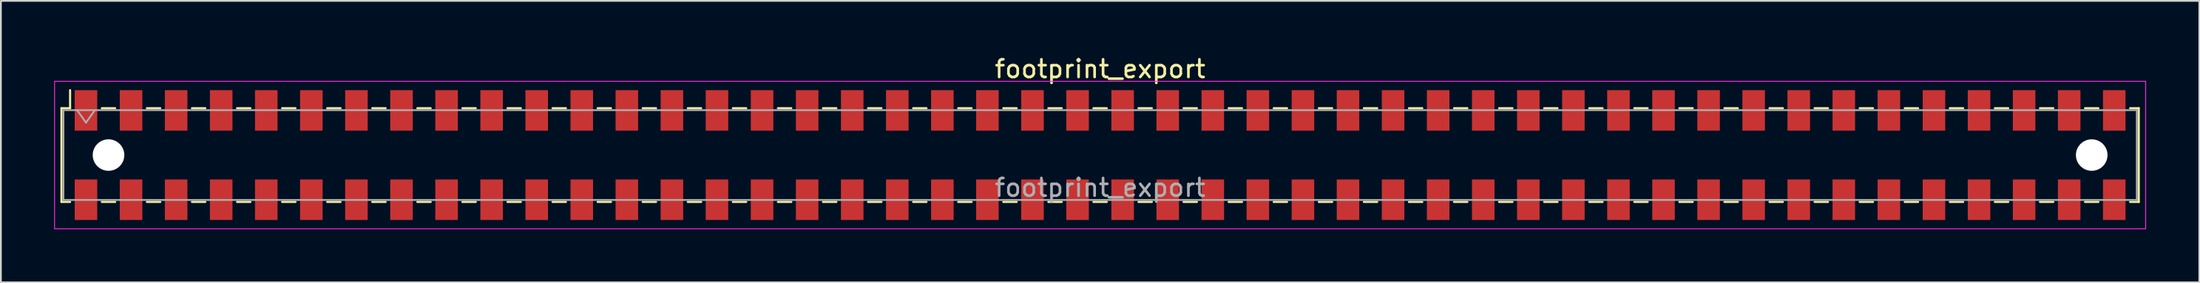
<source format=kicad_pcb>
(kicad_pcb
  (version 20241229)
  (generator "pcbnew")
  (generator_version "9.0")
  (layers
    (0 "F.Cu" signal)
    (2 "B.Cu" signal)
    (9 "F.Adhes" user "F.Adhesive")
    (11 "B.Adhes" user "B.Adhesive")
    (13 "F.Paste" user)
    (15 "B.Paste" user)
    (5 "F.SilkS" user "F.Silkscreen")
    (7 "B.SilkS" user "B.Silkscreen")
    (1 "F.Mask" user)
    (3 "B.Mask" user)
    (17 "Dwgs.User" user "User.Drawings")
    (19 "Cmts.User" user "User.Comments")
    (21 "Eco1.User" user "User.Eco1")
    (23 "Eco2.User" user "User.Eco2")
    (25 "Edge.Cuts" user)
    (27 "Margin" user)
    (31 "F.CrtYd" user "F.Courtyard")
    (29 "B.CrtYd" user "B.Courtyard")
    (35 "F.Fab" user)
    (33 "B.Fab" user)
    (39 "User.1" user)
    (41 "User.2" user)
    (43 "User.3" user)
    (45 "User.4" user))
  (footprint "footprint_export"
    (layer "F.Cu")
    (at 58.945 5.718)
    (property "Reference" "footprint_export" (at 0 -4.87 0) (layer "F.SilkS") (effects (font (size 1 1) (thickness 0.15))))
    (attr smd)
    (fp_line (start -58.53 -2.65) (end -58.53 2.65) (stroke (width 0.12) (type solid)) (layer "F.SilkS"))
    (fp_line (start -58.53 2.65) (end -58.045 2.65) (stroke (width 0.12) (type solid)) (layer "F.SilkS"))
    (fp_line (start -58.045 -3.67) (end -58.045 -2.65) (stroke (width 0.12) (type solid)) (layer "F.SilkS"))
    (fp_line (start -58.045 -2.65) (end -58.53 -2.65) (stroke (width 0.12) (type solid)) (layer "F.SilkS"))
    (fp_line (start -56.255 -2.65) (end -55.505 -2.65) (stroke (width 0.12) (type solid)) (layer "F.SilkS"))
    (fp_line (start -56.255 2.65) (end -55.505 2.65) (stroke (width 0.12) (type solid)) (layer "F.SilkS"))
    (fp_line (start -53.715 -2.65) (end -52.965 -2.65) (stroke (width 0.12) (type solid)) (layer "F.SilkS"))
    (fp_line (start -53.715 2.65) (end -52.965 2.65) (stroke (width 0.12) (type solid)) (layer "F.SilkS"))
    (fp_line (start -51.175 -2.65) (end -50.425 -2.65) (stroke (width 0.12) (type solid)) (layer "F.SilkS"))
    (fp_line (start -51.175 2.65) (end -50.425 2.65) (stroke (width 0.12) (type solid)) (layer "F.SilkS"))
    (fp_line (start -48.635 -2.65) (end -47.885 -2.65) (stroke (width 0.12) (type solid)) (layer "F.SilkS"))
    (fp_line (start -48.635 2.65) (end -47.885 2.65) (stroke (width 0.12) (type solid)) (layer "F.SilkS"))
    (fp_line (start -46.095 -2.65) (end -45.345 -2.65) (stroke (width 0.12) (type solid)) (layer "F.SilkS"))
    (fp_line (start -46.095 2.65) (end -45.345 2.65) (stroke (width 0.12) (type solid)) (layer "F.SilkS"))
    (fp_line (start -43.555 -2.65) (end -42.805 -2.65) (stroke (width 0.12) (type solid)) (layer "F.SilkS"))
    (fp_line (start -43.555 2.65) (end -42.805 2.65) (stroke (width 0.12) (type solid)) (layer "F.SilkS"))
    (fp_line (start -41.015 -2.65) (end -40.265 -2.65) (stroke (width 0.12) (type solid)) (layer "F.SilkS"))
    (fp_line (start -41.015 2.65) (end -40.265 2.65) (stroke (width 0.12) (type solid)) (layer "F.SilkS"))
    (fp_line (start -38.475 -2.65) (end -37.725 -2.65) (stroke (width 0.12) (type solid)) (layer "F.SilkS"))
    (fp_line (start -38.475 2.65) (end -37.725 2.65) (stroke (width 0.12) (type solid)) (layer "F.SilkS"))
    (fp_line (start -35.935 -2.65) (end -35.185 -2.65) (stroke (width 0.12) (type solid)) (layer "F.SilkS"))
    (fp_line (start -35.935 2.65) (end -35.185 2.65) (stroke (width 0.12) (type solid)) (layer "F.SilkS"))
    (fp_line (start -33.395 -2.65) (end -32.645 -2.65) (stroke (width 0.12) (type solid)) (layer "F.SilkS"))
    (fp_line (start -33.395 2.65) (end -32.645 2.65) (stroke (width 0.12) (type solid)) (layer "F.SilkS"))
    (fp_line (start -30.855 -2.65) (end -30.105 -2.65) (stroke (width 0.12) (type solid)) (layer "F.SilkS"))
    (fp_line (start -30.855 2.65) (end -30.105 2.65) (stroke (width 0.12) (type solid)) (layer "F.SilkS"))
    (fp_line (start -28.315 -2.65) (end -27.565 -2.65) (stroke (width 0.12) (type solid)) (layer "F.SilkS"))
    (fp_line (start -28.315 2.65) (end -27.565 2.65) (stroke (width 0.12) (type solid)) (layer "F.SilkS"))
    (fp_line (start -25.775 -2.65) (end -25.025 -2.65) (stroke (width 0.12) (type solid)) (layer "F.SilkS"))
    (fp_line (start -25.775 2.65) (end -25.025 2.65) (stroke (width 0.12) (type solid)) (layer "F.SilkS"))
    (fp_line (start -23.235 -2.65) (end -22.485 -2.65) (stroke (width 0.12) (type solid)) (layer "F.SilkS"))
    (fp_line (start -23.235 2.65) (end -22.485 2.65) (stroke (width 0.12) (type solid)) (layer "F.SilkS"))
    (fp_line (start -20.695 -2.65) (end -19.945 -2.65) (stroke (width 0.12) (type solid)) (layer "F.SilkS"))
    (fp_line (start -20.695 2.65) (end -19.945 2.65) (stroke (width 0.12) (type solid)) (layer "F.SilkS"))
    (fp_line (start -18.155 -2.65) (end -17.405 -2.65) (stroke (width 0.12) (type solid)) (layer "F.SilkS"))
    (fp_line (start -18.155 2.65) (end -17.405 2.65) (stroke (width 0.12) (type solid)) (layer "F.SilkS"))
    (fp_line (start -15.615 -2.65) (end -14.865 -2.65) (stroke (width 0.12) (type solid)) (layer "F.SilkS"))
    (fp_line (start -15.615 2.65) (end -14.865 2.65) (stroke (width 0.12) (type solid)) (layer "F.SilkS"))
    (fp_line (start -13.075 -2.65) (end -12.325 -2.65) (stroke (width 0.12) (type solid)) (layer "F.SilkS"))
    (fp_line (start -13.075 2.65) (end -12.325 2.65) (stroke (width 0.12) (type solid)) (layer "F.SilkS"))
    (fp_line (start -10.535 -2.65) (end -9.785 -2.65) (stroke (width 0.12) (type solid)) (layer "F.SilkS"))
    (fp_line (start -10.535 2.65) (end -9.785 2.65) (stroke (width 0.12) (type solid)) (layer "F.SilkS"))
    (fp_line (start -7.995 -2.65) (end -7.245 -2.65) (stroke (width 0.12) (type solid)) (layer "F.SilkS"))
    (fp_line (start -7.995 2.65) (end -7.245 2.65) (stroke (width 0.12) (type solid)) (layer "F.SilkS"))
    (fp_line (start -5.455 -2.65) (end -4.705 -2.65) (stroke (width 0.12) (type solid)) (layer "F.SilkS"))
    (fp_line (start -5.455 2.65) (end -4.705 2.65) (stroke (width 0.12) (type solid)) (layer "F.SilkS"))
    (fp_line (start -2.915 -2.65) (end -2.165 -2.65) (stroke (width 0.12) (type solid)) (layer "F.SilkS"))
    (fp_line (start -2.915 2.65) (end -2.165 2.65) (stroke (width 0.12) (type solid)) (layer "F.SilkS"))
    (fp_line (start -0.375 -2.65) (end 0.375 -2.65) (stroke (width 0.12) (type solid)) (layer "F.SilkS"))
    (fp_line (start -0.375 2.65) (end 0.375 2.65) (stroke (width 0.12) (type solid)) (layer "F.SilkS"))
    (fp_line (start 2.165 -2.65) (end 2.915 -2.65) (stroke (width 0.12) (type solid)) (layer "F.SilkS"))
    (fp_line (start 2.165 2.65) (end 2.915 2.65) (stroke (width 0.12) (type solid)) (layer "F.SilkS"))
    (fp_line (start 4.705 -2.65) (end 5.455 -2.65) (stroke (width 0.12) (type solid)) (layer "F.SilkS"))
    (fp_line (start 4.705 2.65) (end 5.455 2.65) (stroke (width 0.12) (type solid)) (layer "F.SilkS"))
    (fp_line (start 7.245 -2.65) (end 7.995 -2.65) (stroke (width 0.12) (type solid)) (layer "F.SilkS"))
    (fp_line (start 7.245 2.65) (end 7.995 2.65) (stroke (width 0.12) (type solid)) (layer "F.SilkS"))
    (fp_line (start 9.785 -2.65) (end 10.535 -2.65) (stroke (width 0.12) (type solid)) (layer "F.SilkS"))
    (fp_line (start 9.785 2.65) (end 10.535 2.65) (stroke (width 0.12) (type solid)) (layer "F.SilkS"))
    (fp_line (start 12.325 -2.65) (end 13.075 -2.65) (stroke (width 0.12) (type solid)) (layer "F.SilkS"))
    (fp_line (start 12.325 2.65) (end 13.075 2.65) (stroke (width 0.12) (type solid)) (layer "F.SilkS"))
    (fp_line (start 14.865 -2.65) (end 15.615 -2.65) (stroke (width 0.12) (type solid)) (layer "F.SilkS"))
    (fp_line (start 14.865 2.65) (end 15.615 2.65) (stroke (width 0.12) (type solid)) (layer "F.SilkS"))
    (fp_line (start 17.405 -2.65) (end 18.155 -2.65) (stroke (width 0.12) (type solid)) (layer "F.SilkS"))
    (fp_line (start 17.405 2.65) (end 18.155 2.65) (stroke (width 0.12) (type solid)) (layer "F.SilkS"))
    (fp_line (start 19.945 -2.65) (end 20.695 -2.65) (stroke (width 0.12) (type solid)) (layer "F.SilkS"))
    (fp_line (start 19.945 2.65) (end 20.695 2.65) (stroke (width 0.12) (type solid)) (layer "F.SilkS"))
    (fp_line (start 22.485 -2.65) (end 23.235 -2.65) (stroke (width 0.12) (type solid)) (layer "F.SilkS"))
    (fp_line (start 22.485 2.65) (end 23.235 2.65) (stroke (width 0.12) (type solid)) (layer "F.SilkS"))
    (fp_line (start 25.025 -2.65) (end 25.775 -2.65) (stroke (width 0.12) (type solid)) (layer "F.SilkS"))
    (fp_line (start 25.025 2.65) (end 25.775 2.65) (stroke (width 0.12) (type solid)) (layer "F.SilkS"))
    (fp_line (start 27.565 -2.65) (end 28.315 -2.65) (stroke (width 0.12) (type solid)) (layer "F.SilkS"))
    (fp_line (start 27.565 2.65) (end 28.315 2.65) (stroke (width 0.12) (type solid)) (layer "F.SilkS"))
    (fp_line (start 30.105 -2.65) (end 30.855 -2.65) (stroke (width 0.12) (type solid)) (layer "F.SilkS"))
    (fp_line (start 30.105 2.65) (end 30.855 2.65) (stroke (width 0.12) (type solid)) (layer "F.SilkS"))
    (fp_line (start 32.645 -2.65) (end 33.395 -2.65) (stroke (width 0.12) (type solid)) (layer "F.SilkS"))
    (fp_line (start 32.645 2.65) (end 33.395 2.65) (stroke (width 0.12) (type solid)) (layer "F.SilkS"))
    (fp_line (start 35.185 -2.65) (end 35.935 -2.65) (stroke (width 0.12) (type solid)) (layer "F.SilkS"))
    (fp_line (start 35.185 2.65) (end 35.935 2.65) (stroke (width 0.12) (type solid)) (layer "F.SilkS"))
    (fp_line (start 37.725 -2.65) (end 38.475 -2.65) (stroke (width 0.12) (type solid)) (layer "F.SilkS"))
    (fp_line (start 37.725 2.65) (end 38.475 2.65) (stroke (width 0.12) (type solid)) (layer "F.SilkS"))
    (fp_line (start 40.265 -2.65) (end 41.015 -2.65) (stroke (width 0.12) (type solid)) (layer "F.SilkS"))
    (fp_line (start 40.265 2.65) (end 41.015 2.65) (stroke (width 0.12) (type solid)) (layer "F.SilkS"))
    (fp_line (start 42.805 -2.65) (end 43.555 -2.65) (stroke (width 0.12) (type solid)) (layer "F.SilkS"))
    (fp_line (start 42.805 2.65) (end 43.555 2.65) (stroke (width 0.12) (type solid)) (layer "F.SilkS"))
    (fp_line (start 45.345 -2.65) (end 46.095 -2.65) (stroke (width 0.12) (type solid)) (layer "F.SilkS"))
    (fp_line (start 45.345 2.65) (end 46.095 2.65) (stroke (width 0.12) (type solid)) (layer "F.SilkS"))
    (fp_line (start 47.885 -2.65) (end 48.635 -2.65) (stroke (width 0.12) (type solid)) (layer "F.SilkS"))
    (fp_line (start 47.885 2.65) (end 48.635 2.65) (stroke (width 0.12) (type solid)) (layer "F.SilkS"))
    (fp_line (start 50.425 -2.65) (end 51.175 -2.65) (stroke (width 0.12) (type solid)) (layer "F.SilkS"))
    (fp_line (start 50.425 2.65) (end 51.175 2.65) (stroke (width 0.12) (type solid)) (layer "F.SilkS"))
    (fp_line (start 52.965 -2.65) (end 53.715 -2.65) (stroke (width 0.12) (type solid)) (layer "F.SilkS"))
    (fp_line (start 52.965 2.65) (end 53.715 2.65) (stroke (width 0.12) (type solid)) (layer "F.SilkS"))
    (fp_line (start 55.505 -2.65) (end 56.255 -2.65) (stroke (width 0.12) (type solid)) (layer "F.SilkS"))
    (fp_line (start 55.505 2.65) (end 56.255 2.65) (stroke (width 0.12) (type solid)) (layer "F.SilkS"))
    (fp_line (start 58.045 -2.65) (end 58.53 -2.65) (stroke (width 0.12) (type solid)) (layer "F.SilkS"))
    (fp_line (start 58.53 -2.65) (end 58.53 2.65) (stroke (width 0.12) (type solid)) (layer "F.SilkS"))
    (fp_line (start 58.53 2.65) (end 58.045 2.65) (stroke (width 0.12) (type solid)) (layer "F.SilkS"))
    (fp_line (start -58.92 -4.17) (end 58.92 -4.17) (stroke (width 0.05) (type solid)) (layer "F.CrtYd"))
    (fp_line (start -58.92 4.17) (end -58.92 -4.17) (stroke (width 0.05) (type solid)) (layer "F.CrtYd"))
    (fp_line (start 58.92 -4.17) (end 58.92 4.17) (stroke (width 0.05) (type solid)) (layer "F.CrtYd"))
    (fp_line (start 58.92 4.17) (end -58.92 4.17) (stroke (width 0.05) (type solid)) (layer "F.CrtYd"))
    (fp_line (start -58.42 -2.54) (end 58.42 -2.54) (stroke (width 0.1) (type solid)) (layer "F.Fab"))
    (fp_line (start -58.42 2.54) (end -58.42 -2.54) (stroke (width 0.1) (type solid)) (layer "F.Fab"))
    (fp_line (start -57.65 -2.54) (end -57.15 -1.833) (stroke (width 0.1) (type solid)) (layer "F.Fab"))
    (fp_line (start -57.15 -1.833) (end -56.65 -2.54) (stroke (width 0.1) (type solid)) (layer "F.Fab"))
    (fp_line (start 58.42 -2.54) (end 58.42 2.54) (stroke (width 0.1) (type solid)) (layer "F.Fab"))
    (fp_line (start 58.42 2.54) (end -58.42 2.54) (stroke (width 0.1) (type solid)) (layer "F.Fab"))
    (fp_text user "${REFERENCE}" (at 0 1.84 0) (layer "F.Fab") (effects (font (size 1 1) (thickness 0.15))))
    (pad "" np_thru_hole circle (at -55.88 0) (size 1.78 1.78) (drill 1.78) (layers "*.Cu" "*.Mask"))
    (pad "" np_thru_hole circle (at 55.88 0) (size 1.78 1.78) (drill 1.78) (layers "*.Cu" "*.Mask"))
    (pad "1" smd rect (at -57.15 -2.525) (size 1.27 2.29) (layers "F.Cu" "F.Mask" "F.Paste"))
    (pad "2" smd rect (at -57.15 2.525) (size 1.27 2.29) (layers "F.Cu" "F.Mask" "F.Paste"))
    (pad "3" smd rect (at -54.61 -2.525) (size 1.27 2.29) (layers "F.Cu" "F.Mask" "F.Paste"))
    (pad "4" smd rect (at -54.61 2.525) (size 1.27 2.29) (layers "F.Cu" "F.Mask" "F.Paste"))
    (pad "5" smd rect (at -52.07 -2.525) (size 1.27 2.29) (layers "F.Cu" "F.Mask" "F.Paste"))
    (pad "6" smd rect (at -52.07 2.525) (size 1.27 2.29) (layers "F.Cu" "F.Mask" "F.Paste"))
    (pad "7" smd rect (at -49.53 -2.525) (size 1.27 2.29) (layers "F.Cu" "F.Mask" "F.Paste"))
    (pad "8" smd rect (at -49.53 2.525) (size 1.27 2.29) (layers "F.Cu" "F.Mask" "F.Paste"))
    (pad "9" smd rect (at -46.99 -2.525) (size 1.27 2.29) (layers "F.Cu" "F.Mask" "F.Paste"))
    (pad "10" smd rect (at -46.99 2.525) (size 1.27 2.29) (layers "F.Cu" "F.Mask" "F.Paste"))
    (pad "11" smd rect (at -44.45 -2.525) (size 1.27 2.29) (layers "F.Cu" "F.Mask" "F.Paste"))
    (pad "12" smd rect (at -44.45 2.525) (size 1.27 2.29) (layers "F.Cu" "F.Mask" "F.Paste"))
    (pad "13" smd rect (at -41.91 -2.525) (size 1.27 2.29) (layers "F.Cu" "F.Mask" "F.Paste"))
    (pad "14" smd rect (at -41.91 2.525) (size 1.27 2.29) (layers "F.Cu" "F.Mask" "F.Paste"))
    (pad "15" smd rect (at -39.37 -2.525) (size 1.27 2.29) (layers "F.Cu" "F.Mask" "F.Paste"))
    (pad "16" smd rect (at -39.37 2.525) (size 1.27 2.29) (layers "F.Cu" "F.Mask" "F.Paste"))
    (pad "17" smd rect (at -36.83 -2.525) (size 1.27 2.29) (layers "F.Cu" "F.Mask" "F.Paste"))
    (pad "18" smd rect (at -36.83 2.525) (size 1.27 2.29) (layers "F.Cu" "F.Mask" "F.Paste"))
    (pad "19" smd rect (at -34.29 -2.525) (size 1.27 2.29) (layers "F.Cu" "F.Mask" "F.Paste"))
    (pad "20" smd rect (at -34.29 2.525) (size 1.27 2.29) (layers "F.Cu" "F.Mask" "F.Paste"))
    (pad "21" smd rect (at -31.75 -2.525) (size 1.27 2.29) (layers "F.Cu" "F.Mask" "F.Paste"))
    (pad "22" smd rect (at -31.75 2.525) (size 1.27 2.29) (layers "F.Cu" "F.Mask" "F.Paste"))
    (pad "23" smd rect (at -29.21 -2.525) (size 1.27 2.29) (layers "F.Cu" "F.Mask" "F.Paste"))
    (pad "24" smd rect (at -29.21 2.525) (size 1.27 2.29) (layers "F.Cu" "F.Mask" "F.Paste"))
    (pad "25" smd rect (at -26.67 -2.525) (size 1.27 2.29) (layers "F.Cu" "F.Mask" "F.Paste"))
    (pad "26" smd rect (at -26.67 2.525) (size 1.27 2.29) (layers "F.Cu" "F.Mask" "F.Paste"))
    (pad "27" smd rect (at -24.13 -2.525) (size 1.27 2.29) (layers "F.Cu" "F.Mask" "F.Paste"))
    (pad "28" smd rect (at -24.13 2.525) (size 1.27 2.29) (layers "F.Cu" "F.Mask" "F.Paste"))
    (pad "29" smd rect (at -21.59 -2.525) (size 1.27 2.29) (layers "F.Cu" "F.Mask" "F.Paste"))
    (pad "30" smd rect (at -21.59 2.525) (size 1.27 2.29) (layers "F.Cu" "F.Mask" "F.Paste"))
    (pad "31" smd rect (at -19.05 -2.525) (size 1.27 2.29) (layers "F.Cu" "F.Mask" "F.Paste"))
    (pad "32" smd rect (at -19.05 2.525) (size 1.27 2.29) (layers "F.Cu" "F.Mask" "F.Paste"))
    (pad "33" smd rect (at -16.51 -2.525) (size 1.27 2.29) (layers "F.Cu" "F.Mask" "F.Paste"))
    (pad "34" smd rect (at -16.51 2.525) (size 1.27 2.29) (layers "F.Cu" "F.Mask" "F.Paste"))
    (pad "35" smd rect (at -13.97 -2.525) (size 1.27 2.29) (layers "F.Cu" "F.Mask" "F.Paste"))
    (pad "36" smd rect (at -13.97 2.525) (size 1.27 2.29) (layers "F.Cu" "F.Mask" "F.Paste"))
    (pad "37" smd rect (at -11.43 -2.525) (size 1.27 2.29) (layers "F.Cu" "F.Mask" "F.Paste"))
    (pad "38" smd rect (at -11.43 2.525) (size 1.27 2.29) (layers "F.Cu" "F.Mask" "F.Paste"))
    (pad "39" smd rect (at -8.89 -2.525) (size 1.27 2.29) (layers "F.Cu" "F.Mask" "F.Paste"))
    (pad "40" smd rect (at -8.89 2.525) (size 1.27 2.29) (layers "F.Cu" "F.Mask" "F.Paste"))
    (pad "41" smd rect (at -6.35 -2.525) (size 1.27 2.29) (layers "F.Cu" "F.Mask" "F.Paste"))
    (pad "42" smd rect (at -6.35 2.525) (size 1.27 2.29) (layers "F.Cu" "F.Mask" "F.Paste"))
    (pad "43" smd rect (at -3.81 -2.525) (size 1.27 2.29) (layers "F.Cu" "F.Mask" "F.Paste"))
    (pad "44" smd rect (at -3.81 2.525) (size 1.27 2.29) (layers "F.Cu" "F.Mask" "F.Paste"))
    (pad "45" smd rect (at -1.27 -2.525) (size 1.27 2.29) (layers "F.Cu" "F.Mask" "F.Paste"))
    (pad "46" smd rect (at -1.27 2.525) (size 1.27 2.29) (layers "F.Cu" "F.Mask" "F.Paste"))
    (pad "47" smd rect (at 1.27 -2.525) (size 1.27 2.29) (layers "F.Cu" "F.Mask" "F.Paste"))
    (pad "48" smd rect (at 1.27 2.525) (size 1.27 2.29) (layers "F.Cu" "F.Mask" "F.Paste"))
    (pad "49" smd rect (at 3.81 -2.525) (size 1.27 2.29) (layers "F.Cu" "F.Mask" "F.Paste"))
    (pad "50" smd rect (at 3.81 2.525) (size 1.27 2.29) (layers "F.Cu" "F.Mask" "F.Paste"))
    (pad "51" smd rect (at 6.35 -2.525) (size 1.27 2.29) (layers "F.Cu" "F.Mask" "F.Paste"))
    (pad "52" smd rect (at 6.35 2.525) (size 1.27 2.29) (layers "F.Cu" "F.Mask" "F.Paste"))
    (pad "53" smd rect (at 8.89 -2.525) (size 1.27 2.29) (layers "F.Cu" "F.Mask" "F.Paste"))
    (pad "54" smd rect (at 8.89 2.525) (size 1.27 2.29) (layers "F.Cu" "F.Mask" "F.Paste"))
    (pad "55" smd rect (at 11.43 -2.525) (size 1.27 2.29) (layers "F.Cu" "F.Mask" "F.Paste"))
    (pad "56" smd rect (at 11.43 2.525) (size 1.27 2.29) (layers "F.Cu" "F.Mask" "F.Paste"))
    (pad "57" smd rect (at 13.97 -2.525) (size 1.27 2.29) (layers "F.Cu" "F.Mask" "F.Paste"))
    (pad "58" smd rect (at 13.97 2.525) (size 1.27 2.29) (layers "F.Cu" "F.Mask" "F.Paste"))
    (pad "59" smd rect (at 16.51 -2.525) (size 1.27 2.29) (layers "F.Cu" "F.Mask" "F.Paste"))
    (pad "60" smd rect (at 16.51 2.525) (size 1.27 2.29) (layers "F.Cu" "F.Mask" "F.Paste"))
    (pad "61" smd rect (at 19.05 -2.525) (size 1.27 2.29) (layers "F.Cu" "F.Mask" "F.Paste"))
    (pad "62" smd rect (at 19.05 2.525) (size 1.27 2.29) (layers "F.Cu" "F.Mask" "F.Paste"))
    (pad "63" smd rect (at 21.59 -2.525) (size 1.27 2.29) (layers "F.Cu" "F.Mask" "F.Paste"))
    (pad "64" smd rect (at 21.59 2.525) (size 1.27 2.29) (layers "F.Cu" "F.Mask" "F.Paste"))
    (pad "65" smd rect (at 24.13 -2.525) (size 1.27 2.29) (layers "F.Cu" "F.Mask" "F.Paste"))
    (pad "66" smd rect (at 24.13 2.525) (size 1.27 2.29) (layers "F.Cu" "F.Mask" "F.Paste"))
    (pad "67" smd rect (at 26.67 -2.525) (size 1.27 2.29) (layers "F.Cu" "F.Mask" "F.Paste"))
    (pad "68" smd rect (at 26.67 2.525) (size 1.27 2.29) (layers "F.Cu" "F.Mask" "F.Paste"))
    (pad "69" smd rect (at 29.21 -2.525) (size 1.27 2.29) (layers "F.Cu" "F.Mask" "F.Paste"))
    (pad "70" smd rect (at 29.21 2.525) (size 1.27 2.29) (layers "F.Cu" "F.Mask" "F.Paste"))
    (pad "71" smd rect (at 31.75 -2.525) (size 1.27 2.29) (layers "F.Cu" "F.Mask" "F.Paste"))
    (pad "72" smd rect (at 31.75 2.525) (size 1.27 2.29) (layers "F.Cu" "F.Mask" "F.Paste"))
    (pad "73" smd rect (at 34.29 -2.525) (size 1.27 2.29) (layers "F.Cu" "F.Mask" "F.Paste"))
    (pad "74" smd rect (at 34.29 2.525) (size 1.27 2.29) (layers "F.Cu" "F.Mask" "F.Paste"))
    (pad "75" smd rect (at 36.83 -2.525) (size 1.27 2.29) (layers "F.Cu" "F.Mask" "F.Paste"))
    (pad "76" smd rect (at 36.83 2.525) (size 1.27 2.29) (layers "F.Cu" "F.Mask" "F.Paste"))
    (pad "77" smd rect (at 39.37 -2.525) (size 1.27 2.29) (layers "F.Cu" "F.Mask" "F.Paste"))
    (pad "78" smd rect (at 39.37 2.525) (size 1.27 2.29) (layers "F.Cu" "F.Mask" "F.Paste"))
    (pad "79" smd rect (at 41.91 -2.525) (size 1.27 2.29) (layers "F.Cu" "F.Mask" "F.Paste"))
    (pad "80" smd rect (at 41.91 2.525) (size 1.27 2.29) (layers "F.Cu" "F.Mask" "F.Paste"))
    (pad "81" smd rect (at 44.45 -2.525) (size 1.27 2.29) (layers "F.Cu" "F.Mask" "F.Paste"))
    (pad "82" smd rect (at 44.45 2.525) (size 1.27 2.29) (layers "F.Cu" "F.Mask" "F.Paste"))
    (pad "83" smd rect (at 46.99 -2.525) (size 1.27 2.29) (layers "F.Cu" "F.Mask" "F.Paste"))
    (pad "84" smd rect (at 46.99 2.525) (size 1.27 2.29) (layers "F.Cu" "F.Mask" "F.Paste"))
    (pad "85" smd rect (at 49.53 -2.525) (size 1.27 2.29) (layers "F.Cu" "F.Mask" "F.Paste"))
    (pad "86" smd rect (at 49.53 2.525) (size 1.27 2.29) (layers "F.Cu" "F.Mask" "F.Paste"))
    (pad "87" smd rect (at 52.07 -2.525) (size 1.27 2.29) (layers "F.Cu" "F.Mask" "F.Paste"))
    (pad "88" smd rect (at 52.07 2.525) (size 1.27 2.29) (layers "F.Cu" "F.Mask" "F.Paste"))
    (pad "89" smd rect (at 54.61 -2.525) (size 1.27 2.29) (layers "F.Cu" "F.Mask" "F.Paste"))
    (pad "90" smd rect (at 54.61 2.525) (size 1.27 2.29) (layers "F.Cu" "F.Mask" "F.Paste"))
    (pad "91" smd rect (at 57.15 -2.525) (size 1.27 2.29) (layers "F.Cu" "F.Mask" "F.Paste"))
    (pad "92" smd rect (at 57.15 2.525) (size 1.27 2.29) (layers "F.Cu" "F.Mask" "F.Paste")))
  (gr_rect
    (start -3 -3)
    (end 120.89 12.913)
    (stroke (width 0.1) (type default))
    (fill no)
    (layer "Edge.Cuts")))
</source>
